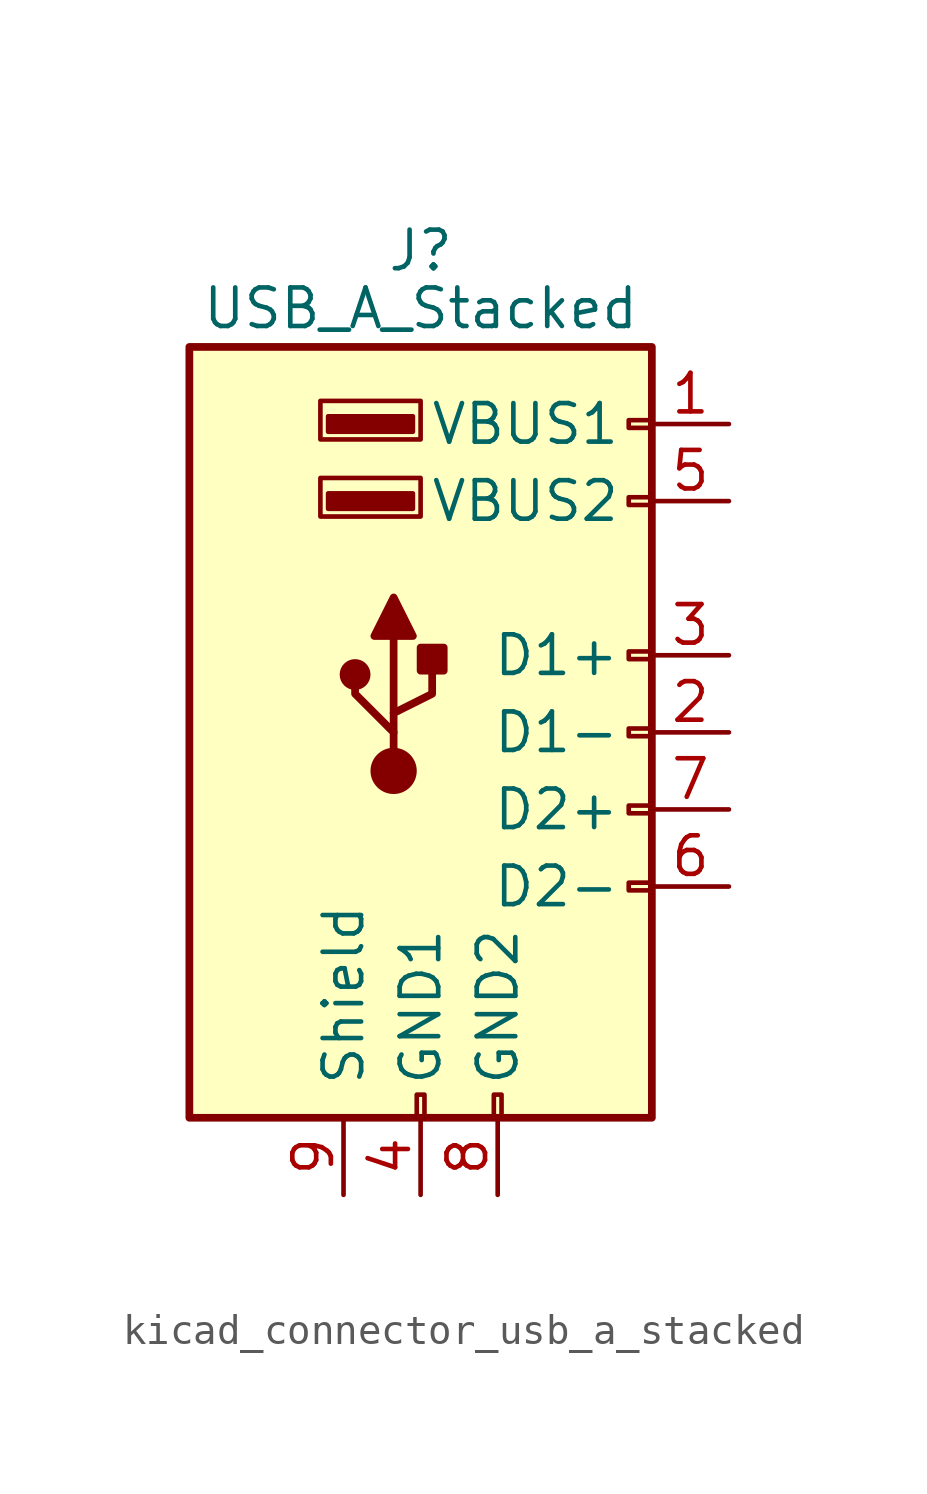
<source format=kicad_sym>
(kicad_symbol_lib
  (version 20220914)
  (generator kicad_symbol_editor)
  (symbol "kicad_connector_usb_a_stacked"
    (pin_names
      (offset 1.016))
    (property "Reference" "J"
      (at 0 15.875 0)
      (effects (font (size 1.27 1.27))))
    (property "Value" "USB_A_Stacked"
      (at 0 13.97 0)
      (effects (font (size 1.27 1.27))))
    (symbol "kicad_connector_usb_a_stacked_0_1"
      (rectangle (start -7.62 12.7) (end 7.62 -12.7) (stroke (width 0.254) (type default)) (fill (type background)))
      (circle (center -2.159 1.905) (radius 0.381) (stroke (width 0.254) (type default)) (fill (type outline)))
      (circle (center -0.889 -1.27) (radius 0.635) (stroke (width 0.254) (type default)) (fill (type outline)))
      (rectangle (start -0.254 7.366) (end -3.048 7.874) (stroke (width 0) (type default)) (fill (type outline)))
      (rectangle (start -0.254 9.906) (end -3.048 10.414) (stroke (width 0) (type default)) (fill (type outline)))
      (rectangle (start -0.127 -12.7) (end 0.127 -11.938) (stroke (width 0) (type default)) (fill (type none)))
      (polyline (pts (xy -1.524 3.175) (xy -0.254 3.175) (xy -0.889 4.445) (xy -1.524 3.175)) (stroke (width 0.254) (type default)) (fill (type outline)))
      (polyline (pts (xy -0.889 -0.635) (xy -0.889 0) (xy -2.159 1.27) (xy -2.159 1.905)) (stroke (width 0.254) (type default)) (fill (type none)))
      (polyline (pts (xy -0.889 0) (xy -0.889 0.635) (xy 0.381 1.27) (xy 0.381 2.54)) (stroke (width 0.254) (type default)) (fill (type none)))
      (rectangle (start 0 2.794) (end 0.762 2.032) (stroke (width 0.254) (type default)) (fill (type outline)))
      (rectangle (start 0 7.112) (end -3.302 8.382) (stroke (width 0) (type default)) (fill (type none)))
      (rectangle (start 0 9.652) (end -3.302 10.922) (stroke (width 0) (type default)) (fill (type none)))
      (rectangle (start 2.413 -12.7) (end 2.667 -11.938) (stroke (width 0) (type default)) (fill (type none)))
      (rectangle (start 7.62 -5.207) (end 6.858 -4.953) (stroke (width 0) (type default)) (fill (type none)))
      (rectangle (start 7.62 -2.667) (end 6.858 -2.413) (stroke (width 0) (type default)) (fill (type none)))
      (rectangle (start 7.62 -0.127) (end 6.858 0.127) (stroke (width 0) (type default)) (fill (type none)))
      (rectangle (start 7.62 2.413) (end 6.858 2.667) (stroke (width 0) (type default)) (fill (type none)))
      (rectangle (start 7.62 7.493) (end 6.858 7.747) (stroke (width 0) (type default)) (fill (type none)))
      (rectangle (start 7.62 10.033) (end 6.858 10.287) (stroke (width 0) (type default)) (fill (type none))))
    (symbol "kicad_connector_usb_a_stacked_1_1"
      (polyline (pts (xy -0.889 0.635) (xy -0.889 3.175)) (stroke (width 0.254) (type default)) (fill (type none)))
      (pin power_in line (at 10.16 10.16 180) (length 2.54) (name "VBUS1" (effects (font (size 1.27 1.27)))) (number "1" (effects (font (size 1.27 1.27)))))
      (pin bidirectional line (at 10.16 0 180) (length 2.54) (name "D1-" (effects (font (size 1.27 1.27)))) (number "2" (effects (font (size 1.27 1.27)))))
      (pin bidirectional line (at 10.16 2.54 180) (length 2.54) (name "D1+" (effects (font (size 1.27 1.27)))) (number "3" (effects (font (size 1.27 1.27)))))
      (pin power_in line (at 0 -15.24 90) (length 2.54) (name "GND1" (effects (font (size 1.27 1.27)))) (number "4" (effects (font (size 1.27 1.27)))))
      (pin power_in line (at 10.16 7.62 180) (length 2.54) (name "VBUS2" (effects (font (size 1.27 1.27)))) (number "5" (effects (font (size 1.27 1.27)))))
      (pin bidirectional line (at 10.16 -5.08 180) (length 2.54) (name "D2-" (effects (font (size 1.27 1.27)))) (number "6" (effects (font (size 1.27 1.27)))))
      (pin bidirectional line (at 10.16 -2.54 180) (length 2.54) (name "D2+" (effects (font (size 1.27 1.27)))) (number "7" (effects (font (size 1.27 1.27)))))
      (pin power_in line (at 2.54 -15.24 90) (length 2.54) (name "GND2" (effects (font (size 1.27 1.27)))) (number "8" (effects (font (size 1.27 1.27)))))
      (pin passive line (at -2.54 -15.24 90) (length 2.54) (name "Shield" (effects (font (size 1.27 1.27)))) (number "9" (effects (font (size 1.27 1.27))))))))
</source>
